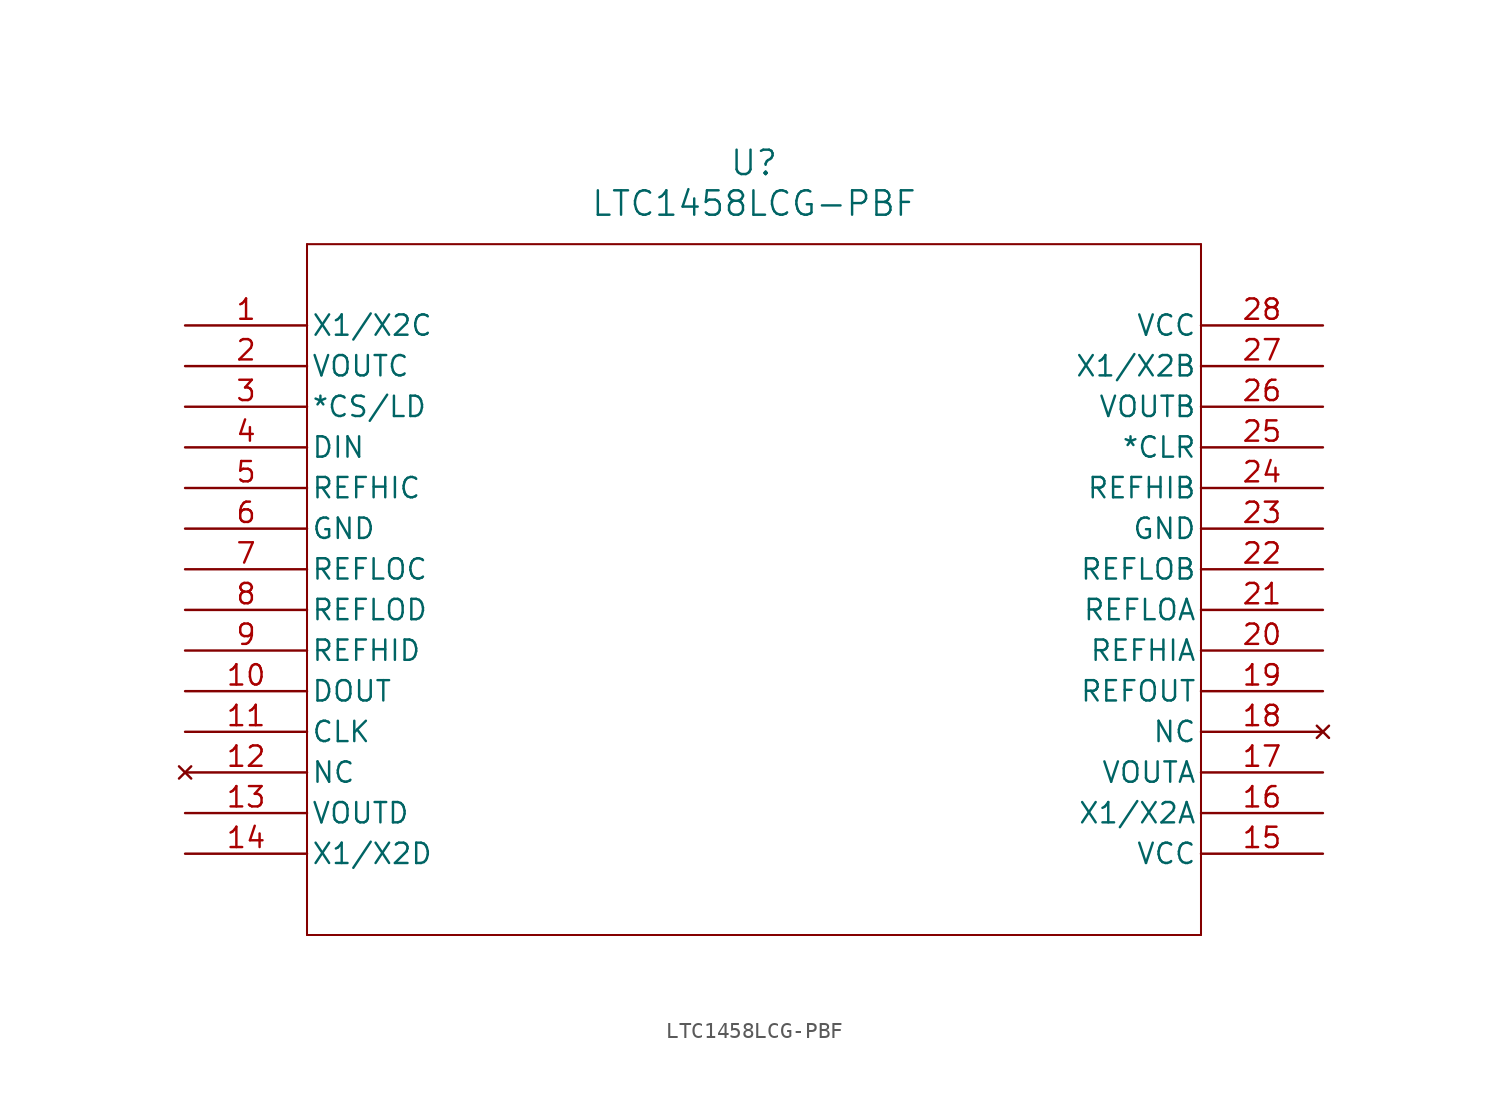
<source format=kicad_sym>
(kicad_symbol_lib
  (version 20211014)
  (generator kicad_symbol_editor)
  (symbol "LTC1458LCG-PBF"
    (pin_names
      (offset 0.254))
    (property "Reference" "U"
      (at 35.56 10.16 0)
      (effects (font (size 1.524 1.524))))
    (property "Value" "LTC1458LCG-PBF"
      (at 35.56 7.62 0)
      (effects (font (size 1.524 1.524))))
    (symbol "LTC1458LCG-PBF_0_1"
      (polyline (pts (xy 7.62 5.08) (xy 7.62 -38.1)) (stroke (width 0.127) (type default) (color 0 0 0 0)) (fill (type none)))
      (polyline (pts (xy 7.62 -38.1) (xy 63.5 -38.1)) (stroke (width 0.127) (type default) (color 0 0 0 0)) (fill (type none)))
      (polyline (pts (xy 63.5 -38.1) (xy 63.5 5.08)) (stroke (width 0.127) (type default) (color 0 0 0 0)) (fill (type none)))
      (polyline (pts (xy 63.5 5.08) (xy 7.62 5.08)) (stroke (width 0.127) (type default) (color 0 0 0 0)) (fill (type none)))
      (pin input line (at 0 0 0) (length 7.62) (name "X1/X2C" (effects (font (size 1.27 1.27)))) (number "1" (effects (font (size 1.27 1.27)))))
      (pin output line (at 0 -2.54 0) (length 7.62) (name "VOUTC" (effects (font (size 1.27 1.27)))) (number "2" (effects (font (size 1.27 1.27)))))
      (pin input line (at 0 -5.08 0) (length 7.62) (name "*CS/LD" (effects (font (size 1.27 1.27)))) (number "3" (effects (font (size 1.27 1.27)))))
      (pin input line (at 0 -7.62 0) (length 7.62) (name "DIN" (effects (font (size 1.27 1.27)))) (number "4" (effects (font (size 1.27 1.27)))))
      (pin input line (at 0 -10.16 0) (length 7.62) (name "REFHIC" (effects (font (size 1.27 1.27)))) (number "5" (effects (font (size 1.27 1.27)))))
      (pin power_in line (at 0 -12.7 0) (length 7.62) (name "GND" (effects (font (size 1.27 1.27)))) (number "6" (effects (font (size 1.27 1.27)))))
      (pin unspecified line (at 0 -15.24 0) (length 7.62) (name "REFLOC" (effects (font (size 1.27 1.27)))) (number "7" (effects (font (size 1.27 1.27)))))
      (pin unspecified line (at 0 -17.78 0) (length 7.62) (name "REFLOD" (effects (font (size 1.27 1.27)))) (number "8" (effects (font (size 1.27 1.27)))))
      (pin input line (at 0 -20.32 0) (length 7.62) (name "REFHID" (effects (font (size 1.27 1.27)))) (number "9" (effects (font (size 1.27 1.27)))))
      (pin output line (at 0 -22.86 0) (length 7.62) (name "DOUT" (effects (font (size 1.27 1.27)))) (number "10" (effects (font (size 1.27 1.27)))))
      (pin input line (at 0 -25.4 0) (length 7.62) (name "CLK" (effects (font (size 1.27 1.27)))) (number "11" (effects (font (size 1.27 1.27)))))
      (pin no_connect line (at 0 -27.94 0) (length 7.62) (name "NC" (effects (font (size 1.27 1.27)))) (number "12" (effects (font (size 1.27 1.27)))))
      (pin output line (at 0 -30.48 0) (length 7.62) (name "VOUTD" (effects (font (size 1.27 1.27)))) (number "13" (effects (font (size 1.27 1.27)))))
      (pin input line (at 0 -33.02 0) (length 7.62) (name "X1/X2D" (effects (font (size 1.27 1.27)))) (number "14" (effects (font (size 1.27 1.27)))))
      (pin power_in line (at 71.12 -33.02 180) (length 7.62) (name "VCC" (effects (font (size 1.27 1.27)))) (number "15" (effects (font (size 1.27 1.27)))))
      (pin input line (at 71.12 -30.48 180) (length 7.62) (name "X1/X2A" (effects (font (size 1.27 1.27)))) (number "16" (effects (font (size 1.27 1.27)))))
      (pin output line (at 71.12 -27.94 180) (length 7.62) (name "VOUTA" (effects (font (size 1.27 1.27)))) (number "17" (effects (font (size 1.27 1.27)))))
      (pin no_connect line (at 71.12 -25.4 180) (length 7.62) (name "NC" (effects (font (size 1.27 1.27)))) (number "18" (effects (font (size 1.27 1.27)))))
      (pin output line (at 71.12 -22.86 180) (length 7.62) (name "REFOUT" (effects (font (size 1.27 1.27)))) (number "19" (effects (font (size 1.27 1.27)))))
      (pin input line (at 71.12 -20.32 180) (length 7.62) (name "REFHIA" (effects (font (size 1.27 1.27)))) (number "20" (effects (font (size 1.27 1.27)))))
      (pin unspecified line (at 71.12 -17.78 180) (length 7.62) (name "REFLOA" (effects (font (size 1.27 1.27)))) (number "21" (effects (font (size 1.27 1.27)))))
      (pin unspecified line (at 71.12 -15.24 180) (length 7.62) (name "REFLOB" (effects (font (size 1.27 1.27)))) (number "22" (effects (font (size 1.27 1.27)))))
      (pin power_in line (at 71.12 -12.7 180) (length 7.62) (name "GND" (effects (font (size 1.27 1.27)))) (number "23" (effects (font (size 1.27 1.27)))))
      (pin input line (at 71.12 -10.16 180) (length 7.62) (name "REFHIB" (effects (font (size 1.27 1.27)))) (number "24" (effects (font (size 1.27 1.27)))))
      (pin unspecified line (at 71.12 -7.62 180) (length 7.62) (name "*CLR" (effects (font (size 1.27 1.27)))) (number "25" (effects (font (size 1.27 1.27)))))
      (pin output line (at 71.12 -5.08 180) (length 7.62) (name "VOUTB" (effects (font (size 1.27 1.27)))) (number "26" (effects (font (size 1.27 1.27)))))
      (pin input line (at 71.12 -2.54 180) (length 7.62) (name "X1/X2B" (effects (font (size 1.27 1.27)))) (number "27" (effects (font (size 1.27 1.27)))))
      (pin power_in line (at 71.12 0 180) (length 7.62) (name "VCC" (effects (font (size 1.27 1.27)))) (number "28" (effects (font (size 1.27 1.27))))))))
</source>
